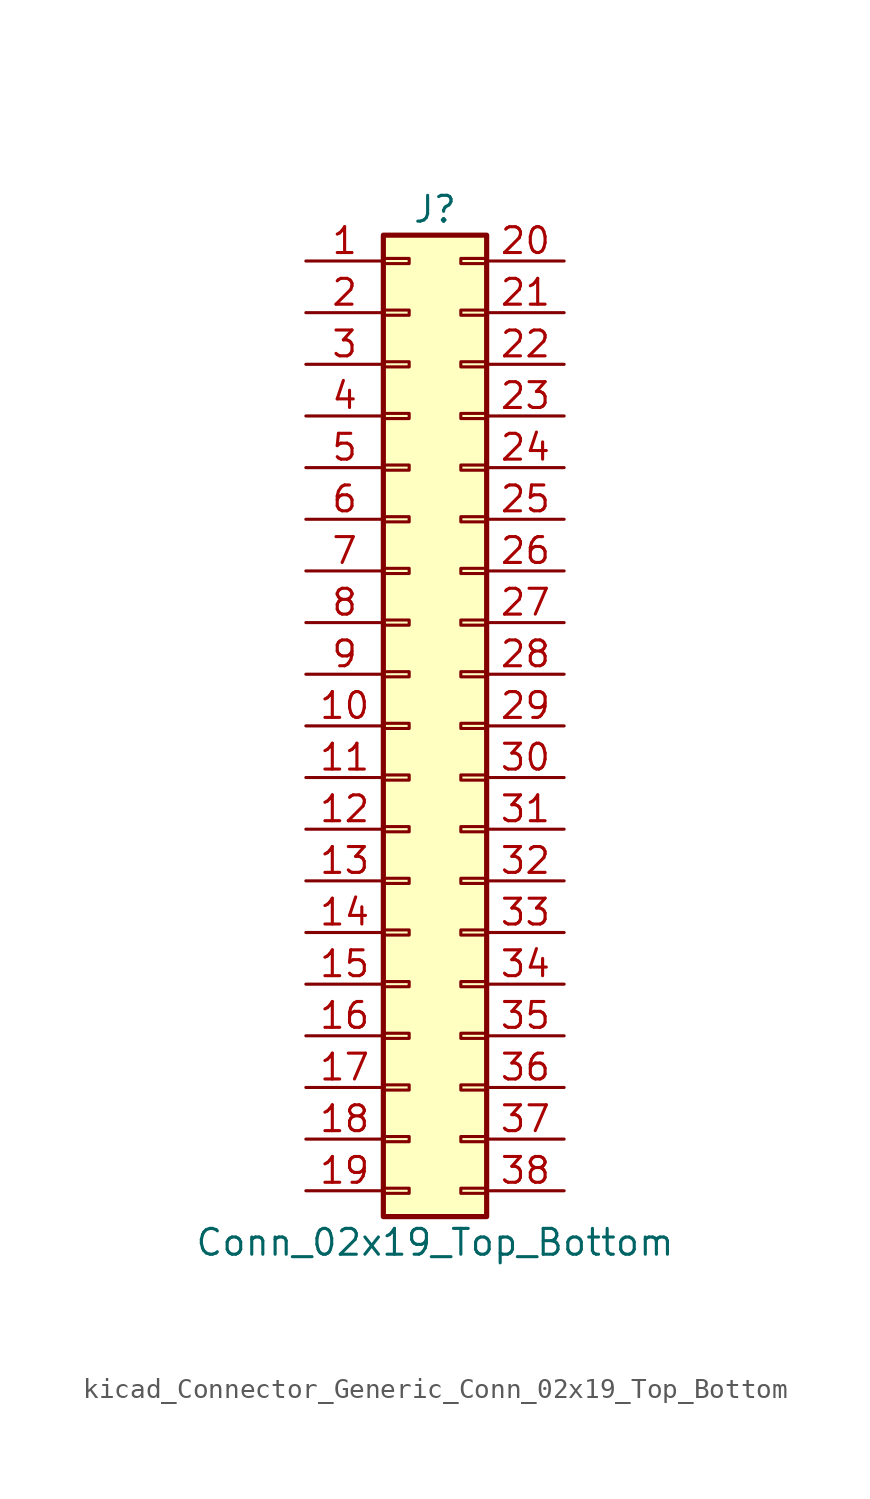
<source format=kicad_sym>
(kicad_symbol_lib
  (version 20220914)
  (generator kicad_symbol_editor)
  (symbol "kicad_Connector_Generic_Conn_02x19_Top_Bottom"
    (pin_names
      (offset 1.016) hide)
    (property "Reference" "J"
      (at 1.27 25.4 0)
      (effects (font (size 1.27 1.27))))
    (property "Value" "Conn_02x19_Top_Bottom"
      (at 1.27 -25.4 0)
      (effects (font (size 1.27 1.27))))
    (symbol "kicad_Connector_Generic_Conn_02x19_Top_Bottom_1_1"
      (rectangle (start -1.27 -22.733) (end 0 -22.987) (stroke (width 0.152) (type default)) (fill (type none)))
      (rectangle (start -1.27 -20.193) (end 0 -20.447) (stroke (width 0.152) (type default)) (fill (type none)))
      (rectangle (start -1.27 -17.653) (end 0 -17.907) (stroke (width 0.152) (type default)) (fill (type none)))
      (rectangle (start -1.27 -15.113) (end 0 -15.367) (stroke (width 0.152) (type default)) (fill (type none)))
      (rectangle (start -1.27 -12.573) (end 0 -12.827) (stroke (width 0.152) (type default)) (fill (type none)))
      (rectangle (start -1.27 -10.033) (end 0 -10.287) (stroke (width 0.152) (type default)) (fill (type none)))
      (rectangle (start -1.27 -7.493) (end 0 -7.747) (stroke (width 0.152) (type default)) (fill (type none)))
      (rectangle (start -1.27 -4.953) (end 0 -5.207) (stroke (width 0.152) (type default)) (fill (type none)))
      (rectangle (start -1.27 -2.413) (end 0 -2.667) (stroke (width 0.152) (type default)) (fill (type none)))
      (rectangle (start -1.27 0.127) (end 0 -0.127) (stroke (width 0.152) (type default)) (fill (type none)))
      (rectangle (start -1.27 2.667) (end 0 2.413) (stroke (width 0.152) (type default)) (fill (type none)))
      (rectangle (start -1.27 5.207) (end 0 4.953) (stroke (width 0.152) (type default)) (fill (type none)))
      (rectangle (start -1.27 7.747) (end 0 7.493) (stroke (width 0.152) (type default)) (fill (type none)))
      (rectangle (start -1.27 10.287) (end 0 10.033) (stroke (width 0.152) (type default)) (fill (type none)))
      (rectangle (start -1.27 12.827) (end 0 12.573) (stroke (width 0.152) (type default)) (fill (type none)))
      (rectangle (start -1.27 15.367) (end 0 15.113) (stroke (width 0.152) (type default)) (fill (type none)))
      (rectangle (start -1.27 17.907) (end 0 17.653) (stroke (width 0.152) (type default)) (fill (type none)))
      (rectangle (start -1.27 20.447) (end 0 20.193) (stroke (width 0.152) (type default)) (fill (type none)))
      (rectangle (start -1.27 22.987) (end 0 22.733) (stroke (width 0.152) (type default)) (fill (type none)))
      (rectangle (start -1.27 24.13) (end 3.81 -24.13) (stroke (width 0.254) (type default)) (fill (type background)))
      (rectangle (start 3.81 -22.733) (end 2.54 -22.987) (stroke (width 0.152) (type default)) (fill (type none)))
      (rectangle (start 3.81 -20.193) (end 2.54 -20.447) (stroke (width 0.152) (type default)) (fill (type none)))
      (rectangle (start 3.81 -17.653) (end 2.54 -17.907) (stroke (width 0.152) (type default)) (fill (type none)))
      (rectangle (start 3.81 -15.113) (end 2.54 -15.367) (stroke (width 0.152) (type default)) (fill (type none)))
      (rectangle (start 3.81 -12.573) (end 2.54 -12.827) (stroke (width 0.152) (type default)) (fill (type none)))
      (rectangle (start 3.81 -10.033) (end 2.54 -10.287) (stroke (width 0.152) (type default)) (fill (type none)))
      (rectangle (start 3.81 -7.493) (end 2.54 -7.747) (stroke (width 0.152) (type default)) (fill (type none)))
      (rectangle (start 3.81 -4.953) (end 2.54 -5.207) (stroke (width 0.152) (type default)) (fill (type none)))
      (rectangle (start 3.81 -2.413) (end 2.54 -2.667) (stroke (width 0.152) (type default)) (fill (type none)))
      (rectangle (start 3.81 0.127) (end 2.54 -0.127) (stroke (width 0.152) (type default)) (fill (type none)))
      (rectangle (start 3.81 2.667) (end 2.54 2.413) (stroke (width 0.152) (type default)) (fill (type none)))
      (rectangle (start 3.81 5.207) (end 2.54 4.953) (stroke (width 0.152) (type default)) (fill (type none)))
      (rectangle (start 3.81 7.747) (end 2.54 7.493) (stroke (width 0.152) (type default)) (fill (type none)))
      (rectangle (start 3.81 10.287) (end 2.54 10.033) (stroke (width 0.152) (type default)) (fill (type none)))
      (rectangle (start 3.81 12.827) (end 2.54 12.573) (stroke (width 0.152) (type default)) (fill (type none)))
      (rectangle (start 3.81 15.367) (end 2.54 15.113) (stroke (width 0.152) (type default)) (fill (type none)))
      (rectangle (start 3.81 17.907) (end 2.54 17.653) (stroke (width 0.152) (type default)) (fill (type none)))
      (rectangle (start 3.81 20.447) (end 2.54 20.193) (stroke (width 0.152) (type default)) (fill (type none)))
      (rectangle (start 3.81 22.987) (end 2.54 22.733) (stroke (width 0.152) (type default)) (fill (type none)))
      (pin passive line (at -5.08 22.86 0) (length 3.81) (name "Pin_1" (effects (font (size 1.27 1.27)))) (number "1" (effects (font (size 1.27 1.27)))))
      (pin passive line (at -5.08 0 0) (length 3.81) (name "Pin_10" (effects (font (size 1.27 1.27)))) (number "10" (effects (font (size 1.27 1.27)))))
      (pin passive line (at -5.08 -2.54 0) (length 3.81) (name "Pin_11" (effects (font (size 1.27 1.27)))) (number "11" (effects (font (size 1.27 1.27)))))
      (pin passive line (at -5.08 -5.08 0) (length 3.81) (name "Pin_12" (effects (font (size 1.27 1.27)))) (number "12" (effects (font (size 1.27 1.27)))))
      (pin passive line (at -5.08 -7.62 0) (length 3.81) (name "Pin_13" (effects (font (size 1.27 1.27)))) (number "13" (effects (font (size 1.27 1.27)))))
      (pin passive line (at -5.08 -10.16 0) (length 3.81) (name "Pin_14" (effects (font (size 1.27 1.27)))) (number "14" (effects (font (size 1.27 1.27)))))
      (pin passive line (at -5.08 -12.7 0) (length 3.81) (name "Pin_15" (effects (font (size 1.27 1.27)))) (number "15" (effects (font (size 1.27 1.27)))))
      (pin passive line (at -5.08 -15.24 0) (length 3.81) (name "Pin_16" (effects (font (size 1.27 1.27)))) (number "16" (effects (font (size 1.27 1.27)))))
      (pin passive line (at -5.08 -17.78 0) (length 3.81) (name "Pin_17" (effects (font (size 1.27 1.27)))) (number "17" (effects (font (size 1.27 1.27)))))
      (pin passive line (at -5.08 -20.32 0) (length 3.81) (name "Pin_18" (effects (font (size 1.27 1.27)))) (number "18" (effects (font (size 1.27 1.27)))))
      (pin passive line (at -5.08 -22.86 0) (length 3.81) (name "Pin_19" (effects (font (size 1.27 1.27)))) (number "19" (effects (font (size 1.27 1.27)))))
      (pin passive line (at -5.08 20.32 0) (length 3.81) (name "Pin_2" (effects (font (size 1.27 1.27)))) (number "2" (effects (font (size 1.27 1.27)))))
      (pin passive line (at 7.62 22.86 180) (length 3.81) (name "Pin_20" (effects (font (size 1.27 1.27)))) (number "20" (effects (font (size 1.27 1.27)))))
      (pin passive line (at 7.62 20.32 180) (length 3.81) (name "Pin_21" (effects (font (size 1.27 1.27)))) (number "21" (effects (font (size 1.27 1.27)))))
      (pin passive line (at 7.62 17.78 180) (length 3.81) (name "Pin_22" (effects (font (size 1.27 1.27)))) (number "22" (effects (font (size 1.27 1.27)))))
      (pin passive line (at 7.62 15.24 180) (length 3.81) (name "Pin_23" (effects (font (size 1.27 1.27)))) (number "23" (effects (font (size 1.27 1.27)))))
      (pin passive line (at 7.62 12.7 180) (length 3.81) (name "Pin_24" (effects (font (size 1.27 1.27)))) (number "24" (effects (font (size 1.27 1.27)))))
      (pin passive line (at 7.62 10.16 180) (length 3.81) (name "Pin_25" (effects (font (size 1.27 1.27)))) (number "25" (effects (font (size 1.27 1.27)))))
      (pin passive line (at 7.62 7.62 180) (length 3.81) (name "Pin_26" (effects (font (size 1.27 1.27)))) (number "26" (effects (font (size 1.27 1.27)))))
      (pin passive line (at 7.62 5.08 180) (length 3.81) (name "Pin_27" (effects (font (size 1.27 1.27)))) (number "27" (effects (font (size 1.27 1.27)))))
      (pin passive line (at 7.62 2.54 180) (length 3.81) (name "Pin_28" (effects (font (size 1.27 1.27)))) (number "28" (effects (font (size 1.27 1.27)))))
      (pin passive line (at 7.62 0 180) (length 3.81) (name "Pin_29" (effects (font (size 1.27 1.27)))) (number "29" (effects (font (size 1.27 1.27)))))
      (pin passive line (at -5.08 17.78 0) (length 3.81) (name "Pin_3" (effects (font (size 1.27 1.27)))) (number "3" (effects (font (size 1.27 1.27)))))
      (pin passive line (at 7.62 -2.54 180) (length 3.81) (name "Pin_30" (effects (font (size 1.27 1.27)))) (number "30" (effects (font (size 1.27 1.27)))))
      (pin passive line (at 7.62 -5.08 180) (length 3.81) (name "Pin_31" (effects (font (size 1.27 1.27)))) (number "31" (effects (font (size 1.27 1.27)))))
      (pin passive line (at 7.62 -7.62 180) (length 3.81) (name "Pin_32" (effects (font (size 1.27 1.27)))) (number "32" (effects (font (size 1.27 1.27)))))
      (pin passive line (at 7.62 -10.16 180) (length 3.81) (name "Pin_33" (effects (font (size 1.27 1.27)))) (number "33" (effects (font (size 1.27 1.27)))))
      (pin passive line (at 7.62 -12.7 180) (length 3.81) (name "Pin_34" (effects (font (size 1.27 1.27)))) (number "34" (effects (font (size 1.27 1.27)))))
      (pin passive line (at 7.62 -15.24 180) (length 3.81) (name "Pin_35" (effects (font (size 1.27 1.27)))) (number "35" (effects (font (size 1.27 1.27)))))
      (pin passive line (at 7.62 -17.78 180) (length 3.81) (name "Pin_36" (effects (font (size 1.27 1.27)))) (number "36" (effects (font (size 1.27 1.27)))))
      (pin passive line (at 7.62 -20.32 180) (length 3.81) (name "Pin_37" (effects (font (size 1.27 1.27)))) (number "37" (effects (font (size 1.27 1.27)))))
      (pin passive line (at 7.62 -22.86 180) (length 3.81) (name "Pin_38" (effects (font (size 1.27 1.27)))) (number "38" (effects (font (size 1.27 1.27)))))
      (pin passive line (at -5.08 15.24 0) (length 3.81) (name "Pin_4" (effects (font (size 1.27 1.27)))) (number "4" (effects (font (size 1.27 1.27)))))
      (pin passive line (at -5.08 12.7 0) (length 3.81) (name "Pin_5" (effects (font (size 1.27 1.27)))) (number "5" (effects (font (size 1.27 1.27)))))
      (pin passive line (at -5.08 10.16 0) (length 3.81) (name "Pin_6" (effects (font (size 1.27 1.27)))) (number "6" (effects (font (size 1.27 1.27)))))
      (pin passive line (at -5.08 7.62 0) (length 3.81) (name "Pin_7" (effects (font (size 1.27 1.27)))) (number "7" (effects (font (size 1.27 1.27)))))
      (pin passive line (at -5.08 5.08 0) (length 3.81) (name "Pin_8" (effects (font (size 1.27 1.27)))) (number "8" (effects (font (size 1.27 1.27)))))
      (pin passive line (at -5.08 2.54 0) (length 3.81) (name "Pin_9" (effects (font (size 1.27 1.27)))) (number "9" (effects (font (size 1.27 1.27))))))))
</source>
